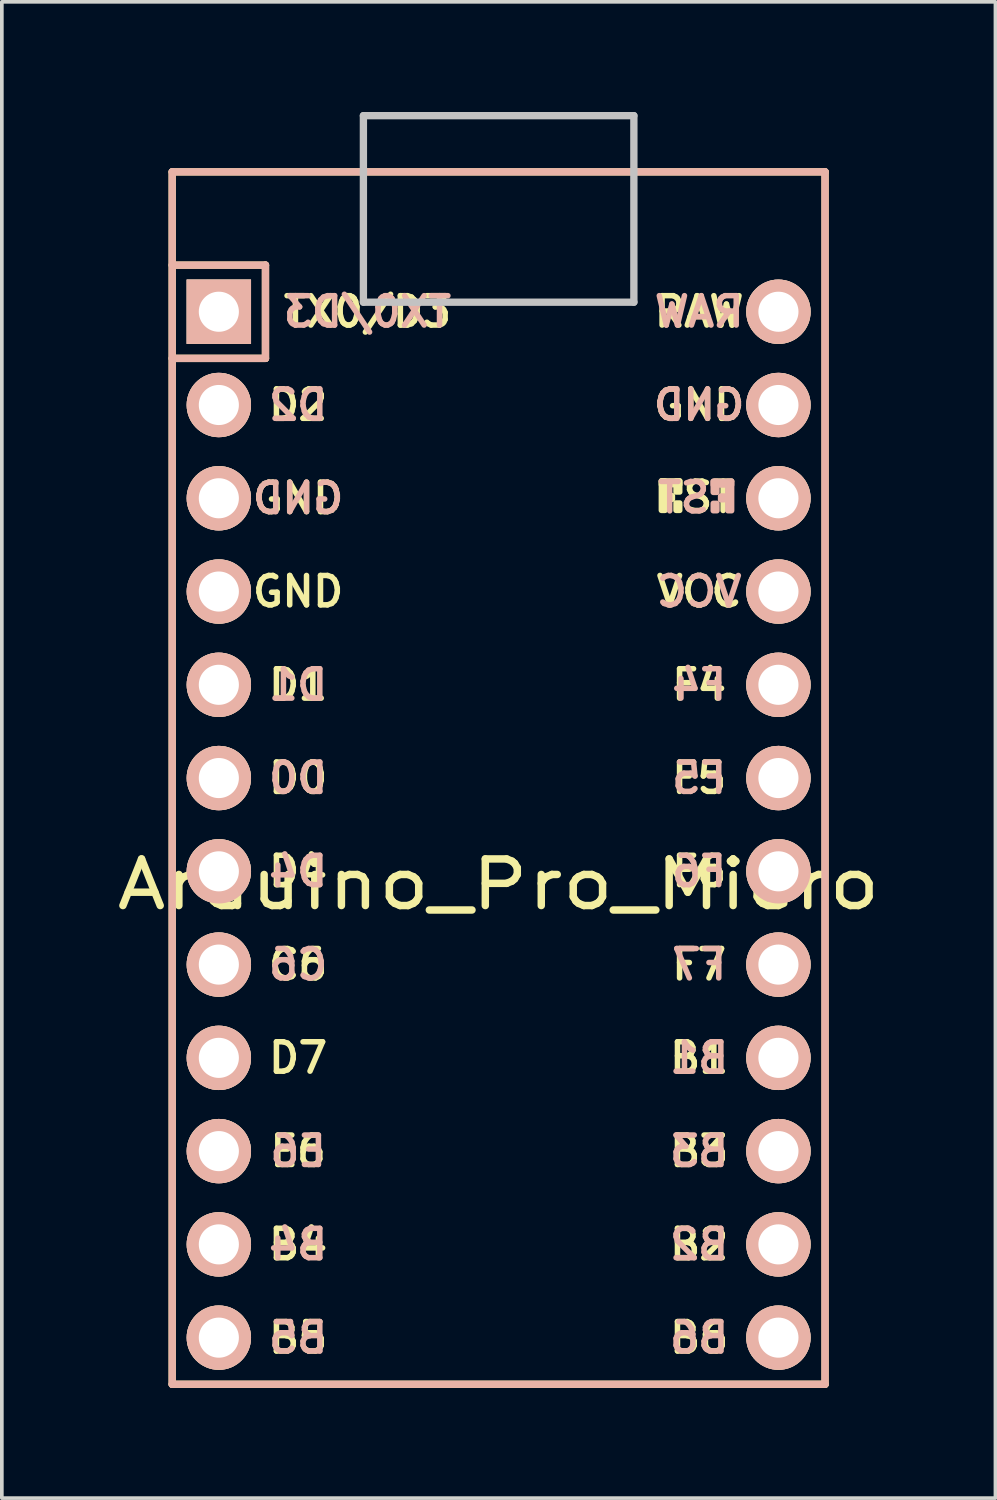
<source format=kicad_pcb>
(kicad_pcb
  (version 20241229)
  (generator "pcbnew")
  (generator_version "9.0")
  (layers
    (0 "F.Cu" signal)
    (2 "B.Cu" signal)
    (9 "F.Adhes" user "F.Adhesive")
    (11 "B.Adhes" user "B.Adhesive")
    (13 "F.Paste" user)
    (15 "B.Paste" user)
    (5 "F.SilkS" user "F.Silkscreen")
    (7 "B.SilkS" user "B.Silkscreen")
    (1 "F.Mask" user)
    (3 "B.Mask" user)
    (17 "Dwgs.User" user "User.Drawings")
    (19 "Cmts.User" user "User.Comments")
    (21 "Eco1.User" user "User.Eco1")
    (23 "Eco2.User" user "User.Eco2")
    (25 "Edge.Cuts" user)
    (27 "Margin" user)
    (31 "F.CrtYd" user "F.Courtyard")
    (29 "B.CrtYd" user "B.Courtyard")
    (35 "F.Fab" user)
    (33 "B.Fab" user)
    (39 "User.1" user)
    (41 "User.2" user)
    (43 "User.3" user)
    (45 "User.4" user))
  (footprint "Arduino_Pro_Micro"
    (layer "F.Cu")
    (at 10.53 19.41)
    (property "Reference" "Arduino_Pro_Micro" (at 0 1.625 0) (layer "F.SilkS") (effects (font (size 1.27 1.524) (thickness 0.203))))
    (attr through_hole)
    (fp_line (start -8.89 -17.78) (end -8.89 15.24) (stroke (width 0.2) (type solid)) (layer "F.SilkS"))
    (fp_line (start -8.89 15.24) (end 8.89 15.24) (stroke (width 0.2) (type solid)) (layer "F.SilkS"))
    (fp_line (start -6.35 -15.24) (end -8.89 -15.24) (stroke (width 0.2) (type solid)) (layer "F.SilkS"))
    (fp_line (start -6.35 -15.24) (end -6.35 -12.7) (stroke (width 0.2) (type solid)) (layer "F.SilkS"))
    (fp_line (start -6.35 -12.7) (end -8.89 -12.7) (stroke (width 0.2) (type solid)) (layer "F.SilkS"))
    (fp_line (start 8.89 -17.78) (end -8.89 -17.78) (stroke (width 0.2) (type solid)) (layer "F.SilkS"))
    (fp_line (start 8.89 15.24) (end 8.89 -17.78) (stroke (width 0.2) (type solid)) (layer "F.SilkS"))
    (fp_poly (pts (xy 4.532 -9.361) (xy 4.532 -8.561) (xy 4.432 -8.561) (xy 4.432 -9.361)) (stroke (width 0.15) (type solid)) (fill yes) (layer "F.SilkS"))
    (fp_poly (pts (xy 4.732 -8.961) (xy 4.732 -8.861) (xy 4.632 -8.861) (xy 4.632 -8.961)) (stroke (width 0.15) (type solid)) (fill yes) (layer "F.SilkS"))
    (fp_poly (pts (xy 4.932 -9.361) (xy 4.932 -9.261) (xy 4.432 -9.261) (xy 4.432 -9.361)) (stroke (width 0.15) (type solid)) (fill yes) (layer "F.SilkS"))
    (fp_poly (pts (xy 4.932 -9.361) (xy 4.932 -9.061) (xy 4.832 -9.061) (xy 4.832 -9.361)) (stroke (width 0.15) (type solid)) (fill yes) (layer "F.SilkS"))
    (fp_poly (pts (xy 4.932 -8.761) (xy 4.932 -8.561) (xy 4.832 -8.561) (xy 4.832 -8.761)) (stroke (width 0.15) (type solid)) (fill yes) (layer "F.SilkS"))
    (fp_line (start -8.89 -17.78) (end -8.89 15.24) (stroke (width 0.2) (type solid)) (layer "B.SilkS"))
    (fp_line (start -8.89 15.24) (end 8.89 15.24) (stroke (width 0.2) (type solid)) (layer "B.SilkS"))
    (fp_line (start -6.35 -15.24) (end -8.89 -15.24) (stroke (width 0.2) (type solid)) (layer "B.SilkS"))
    (fp_line (start -6.35 -15.24) (end -6.35 -12.7) (stroke (width 0.2) (type solid)) (layer "B.SilkS"))
    (fp_line (start -6.35 -12.7) (end -8.89 -12.7) (stroke (width 0.2) (type solid)) (layer "B.SilkS"))
    (fp_line (start 8.89 -17.78) (end -8.89 -17.78) (stroke (width 0.2) (type solid)) (layer "B.SilkS"))
    (fp_line (start 8.89 15.24) (end 8.89 -17.78) (stroke (width 0.2) (type solid)) (layer "B.SilkS"))
    (fp_poly (pts (xy 5.845 -9.351) (xy 5.845 -9.251) (xy 6.345 -9.251) (xy 6.345 -9.351)) (stroke (width 0.15) (type solid)) (fill yes) (layer "B.SilkS"))
    (fp_poly (pts (xy 5.845 -9.351) (xy 5.845 -9.051) (xy 5.945 -9.051) (xy 5.945 -9.351)) (stroke (width 0.15) (type solid)) (fill yes) (layer "B.SilkS"))
    (fp_poly (pts (xy 5.845 -8.751) (xy 5.845 -8.551) (xy 5.945 -8.551) (xy 5.945 -8.751)) (stroke (width 0.15) (type solid)) (fill yes) (layer "B.SilkS"))
    (fp_poly (pts (xy 6.045 -8.951) (xy 6.045 -8.851) (xy 6.145 -8.851) (xy 6.145 -8.951)) (stroke (width 0.15) (type solid)) (fill yes) (layer "B.SilkS"))
    (fp_poly (pts (xy 6.245 -9.351) (xy 6.245 -8.551) (xy 6.345 -8.551) (xy 6.345 -9.351)) (stroke (width 0.15) (type solid)) (fill yes) (layer "B.SilkS"))
    (fp_line (start -3.683 -19.31) (end 3.683 -19.31) (stroke (width 0.2) (type solid)) (layer "Dwgs.User"))
    (fp_line (start -3.683 -14.23) (end -3.683 -19.31) (stroke (width 0.2) (type solid)) (layer "Dwgs.User"))
    (fp_line (start 3.683 -19.31) (end 3.683 -14.23) (stroke (width 0.2) (type solid)) (layer "Dwgs.User"))
    (fp_line (start 3.683 -14.23) (end -3.683 -14.23) (stroke (width 0.2) (type solid)) (layer "Dwgs.User"))
    (fp_text user "D4" (at -5.461 1.27 0) (layer "F.SilkS") (effects (font (size 0.8 0.8) (thickness 0.15))))
    (fp_text user "TX0/D3" (at -3.572 -13.97 0) (layer "F.SilkS") (effects (font (size 0.8 0.8) (thickness 0.15))))
    (fp_text user "F5" (at 5.461 -1.27 0) (layer "F.SilkS") (effects (font (size 0.8 0.8) (thickness 0.15))))
    (fp_text user "F4" (at 5.461 -3.81 0) (layer "F.SilkS") (effects (font (size 0.8 0.8) (thickness 0.15))))
    (fp_text user "GND" (at -5.461 -6.35 0) (layer "F.SilkS") (effects (font (size 0.8 0.8) (thickness 0.15))))
    (fp_text user "D1" (at -5.461 -3.81 0) (layer "F.SilkS") (effects (font (size 0.8 0.8) (thickness 0.15))))
    (fp_text user "D2" (at -5.461 -11.43 0) (layer "F.SilkS") (effects (font (size 0.8 0.8) (thickness 0.15))))
    (fp_text user "B3" (at 5.461 8.89 0) (layer "F.SilkS") (effects (font (size 0.8 0.8) (thickness 0.15))))
    (fp_text user "B5" (at -5.461 13.97 0) (layer "F.SilkS") (effects (font (size 0.8 0.8) (thickness 0.15))))
    (fp_text user "B2" (at 5.461 11.43 0) (layer "F.SilkS") (effects (font (size 0.8 0.8) (thickness 0.15))))
    (fp_text user "B6" (at 5.461 13.97 0) (layer "F.SilkS") (effects (font (size 0.8 0.8) (thickness 0.15))))
    (fp_text user "E6" (at -5.461 8.89 0) (layer "F.SilkS") (effects (font (size 0.8 0.8) (thickness 0.15))))
    (fp_text user "GND" (at 5.461 -11.43 0) (layer "F.SilkS") (effects (font (size 0.8 0.8) (thickness 0.15))))
    (fp_text user "F6" (at 5.461 1.27 0) (layer "F.SilkS") (effects (font (size 0.8 0.8) (thickness 0.15))))
    (fp_text user "ST" (at 5.733 -8.92 0) (layer "F.SilkS") (effects (font (size 0.8 0.8) (thickness 0.15))))
    (fp_text user "B4" (at -5.461 11.43 0) (layer "F.SilkS") (effects (font (size 0.8 0.8) (thickness 0.15))))
    (fp_text user "RAW" (at 5.461 -13.97 0) (layer "F.SilkS") (effects (font (size 0.8 0.8) (thickness 0.15))))
    (fp_text user "F7" (at 5.461 3.81 0) (layer "F.SilkS") (effects (font (size 0.8 0.8) (thickness 0.15))))
    (fp_text user "B1" (at 5.461 6.35 0) (layer "F.SilkS") (effects (font (size 0.8 0.8) (thickness 0.15))))
    (fp_text user "GND" (at -5.461 -8.89 0) (layer "F.SilkS") (effects (font (size 0.8 0.8) (thickness 0.15))))
    (fp_text user "C6" (at -5.461 3.81 0) (layer "F.SilkS") (effects (font (size 0.8 0.8) (thickness 0.15))))
    (fp_text user "D0" (at -5.461 -1.27 0) (layer "F.SilkS") (effects (font (size 0.8 0.8) (thickness 0.15))))
    (fp_text user "VCC" (at 5.461 -6.35 0) (layer "F.SilkS") (effects (font (size 0.8 0.8) (thickness 0.15))))
    (fp_text user "D7" (at -5.461 6.35 0) (layer "F.SilkS") (effects (font (size 0.8 0.8) (thickness 0.15))))
    (fp_text user "B3" (at 5.461 8.89 0) (layer "B.SilkS") (effects (font (size 0.8 0.8) (thickness 0.15)) (justify mirror)))
    (fp_text user "F7" (at 5.461 3.81 0) (layer "B.SilkS") (effects (font (size 0.8 0.8) (thickness 0.15)) (justify mirror)))
    (fp_text user "GND" (at 5.461 -11.43 0) (layer "B.SilkS") (effects (font (size 0.8 0.8) (thickness 0.15)) (justify mirror)))
    (fp_text user "B5" (at -5.461 13.97 0) (layer "B.SilkS") (effects (font (size 0.8 0.8) (thickness 0.15)) (justify mirror)))
    (fp_text user "E6" (at -5.461 8.89 0) (layer "B.SilkS") (effects (font (size 0.8 0.8) (thickness 0.15)) (justify mirror)))
    (fp_text user "VCC" (at 5.461 -6.35 0) (layer "B.SilkS") (effects (font (size 0.8 0.8) (thickness 0.15)) (justify mirror)))
    (fp_text user "F6" (at 5.461 1.27 0) (layer "B.SilkS") (effects (font (size 0.8 0.8) (thickness 0.15)) (justify mirror)))
    (fp_text user "D0" (at -5.461 -1.27 0) (layer "B.SilkS") (effects (font (size 0.8 0.8) (thickness 0.15)) (justify mirror)))
    (fp_text user "B6" (at 5.461 13.97 0) (layer "B.SilkS") (effects (font (size 0.8 0.8) (thickness 0.15)) (justify mirror)))
    (fp_text user "GND" (at -5.461 -8.89 0) (layer "B.SilkS") (effects (font (size 0.8 0.8) (thickness 0.15)) (justify mirror)))
    (fp_text user "RAW" (at 5.461 -13.97 0) (layer "B.SilkS") (effects (font (size 0.8 0.8) (thickness 0.15)) (justify mirror)))
    (fp_text user "ST" (at 5.04 -8.91 0) (layer "B.SilkS") (effects (font (size 0.8 0.8) (thickness 0.15)) (justify mirror)))
    (fp_text user "D4" (at -5.461 1.27 0) (layer "B.SilkS") (effects (font (size 0.8 0.8) (thickness 0.15)) (justify mirror)))
    (fp_text user "D1" (at -5.461 -3.81 0) (layer "B.SilkS") (effects (font (size 0.8 0.8) (thickness 0.15)) (justify mirror)))
    (fp_text user "D2" (at -5.461 -11.43 0) (layer "B.SilkS") (effects (font (size 0.8 0.8) (thickness 0.15)) (justify mirror)))
    (fp_text user "F5" (at 5.461 -1.27 0) (layer "B.SilkS") (effects (font (size 0.8 0.8) (thickness 0.15)) (justify mirror)))
    (fp_text user "F4" (at 5.461 -3.81 0) (layer "B.SilkS") (effects (font (size 0.8 0.8) (thickness 0.15)) (justify mirror)))
    (fp_text user "C6" (at -5.461 3.81 0) (layer "B.SilkS") (effects (font (size 0.8 0.8) (thickness 0.15)) (justify mirror)))
    (fp_text user "TX0/D3" (at -3.572 -13.97 0) (layer "B.SilkS") (effects (font (size 0.8 0.8) (thickness 0.15)) (justify mirror)))
    (fp_text user "B2" (at 5.461 11.43 0) (layer "B.SilkS") (effects (font (size 0.8 0.8) (thickness 0.15)) (justify mirror)))
    (fp_text user "B4" (at -5.461 11.43 0) (layer "B.SilkS") (effects (font (size 0.8 0.8) (thickness 0.15)) (justify mirror)))
    (fp_text user "B1" (at 5.461 6.35 0) (layer "B.SilkS") (effects (font (size 0.8 0.8) (thickness 0.15)) (justify mirror)))
    (pad "1" thru_hole rect (at -7.62 -13.97 270) (size 1.753 1.753) (drill 1.092) (layers "*.Cu" "*.SilkS" "*.Mask"))
    (pad "2" thru_hole circle (at -7.62 -11.43 270) (size 1.753 1.753) (drill 1.092) (layers "*.Cu" "*.SilkS" "*.Mask"))
    (pad "3" thru_hole circle (at -7.62 -8.89 270) (size 1.753 1.753) (drill 1.092) (layers "*.Cu" "*.SilkS" "*.Mask"))
    (pad "4" thru_hole circle (at -7.62 -6.35 270) (size 1.753 1.753) (drill 1.092) (layers "*.Cu" "*.SilkS" "*.Mask"))
    (pad "5" thru_hole circle (at -7.62 -3.81 270) (size 1.753 1.753) (drill 1.092) (layers "*.Cu" "*.SilkS" "*.Mask"))
    (pad "6" thru_hole circle (at -7.62 -1.27 270) (size 1.753 1.753) (drill 1.092) (layers "*.Cu" "*.SilkS" "*.Mask"))
    (pad "7" thru_hole circle (at -7.62 1.27 270) (size 1.753 1.753) (drill 1.092) (layers "*.Cu" "*.SilkS" "*.Mask"))
    (pad "8" thru_hole circle (at -7.62 3.81 270) (size 1.753 1.753) (drill 1.092) (layers "*.Cu" "*.SilkS" "*.Mask"))
    (pad "9" thru_hole circle (at -7.62 6.35 270) (size 1.753 1.753) (drill 1.092) (layers "*.Cu" "*.SilkS" "*.Mask"))
    (pad "10" thru_hole circle (at -7.62 8.89 270) (size 1.753 1.753) (drill 1.092) (layers "*.Cu" "*.SilkS" "*.Mask"))
    (pad "11" thru_hole circle (at -7.62 11.43 270) (size 1.753 1.753) (drill 1.092) (layers "*.Cu" "*.SilkS" "*.Mask"))
    (pad "12" thru_hole circle (at -7.62 13.97 270) (size 1.753 1.753) (drill 1.092) (layers "*.Cu" "*.SilkS" "*.Mask"))
    (pad "13" thru_hole circle (at 7.62 13.97 270) (size 1.753 1.753) (drill 1.092) (layers "*.Cu" "*.SilkS" "*.Mask"))
    (pad "14" thru_hole circle (at 7.62 11.43 270) (size 1.753 1.753) (drill 1.092) (layers "*.Cu" "*.SilkS" "*.Mask"))
    (pad "15" thru_hole circle (at 7.62 8.89 270) (size 1.753 1.753) (drill 1.092) (layers "*.Cu" "*.SilkS" "*.Mask"))
    (pad "16" thru_hole circle (at 7.62 6.35 270) (size 1.753 1.753) (drill 1.092) (layers "*.Cu" "*.SilkS" "*.Mask"))
    (pad "17" thru_hole circle (at 7.62 3.81 270) (size 1.753 1.753) (drill 1.092) (layers "*.Cu" "*.SilkS" "*.Mask"))
    (pad "18" thru_hole circle (at 7.62 1.27 270) (size 1.753 1.753) (drill 1.092) (layers "*.Cu" "*.SilkS" "*.Mask"))
    (pad "19" thru_hole circle (at 7.62 -1.27 270) (size 1.753 1.753) (drill 1.092) (layers "*.Cu" "*.SilkS" "*.Mask"))
    (pad "20" thru_hole circle (at 7.62 -3.81 270) (size 1.753 1.753) (drill 1.092) (layers "*.Cu" "*.SilkS" "*.Mask"))
    (pad "21" thru_hole circle (at 7.62 -6.35 270) (size 1.753 1.753) (drill 1.092) (layers "*.Cu" "*.SilkS" "*.Mask"))
    (pad "22" thru_hole circle (at 7.62 -8.89 270) (size 1.753 1.753) (drill 1.092) (layers "*.Cu" "*.SilkS" "*.Mask"))
    (pad "23" thru_hole circle (at 7.62 -11.43 270) (size 1.753 1.753) (drill 1.092) (layers "*.Cu" "*.SilkS" "*.Mask"))
    (pad "24" thru_hole circle (at 7.62 -13.97 270) (size 1.753 1.753) (drill 1.092) (layers "*.Cu" "*.SilkS" "*.Mask")))
  (gr_rect
    (start -3 -3)
    (end 24.06 37.75)
    (stroke (width 0.1) (type default))
    (fill no)
    (layer "Edge.Cuts")))
</source>
